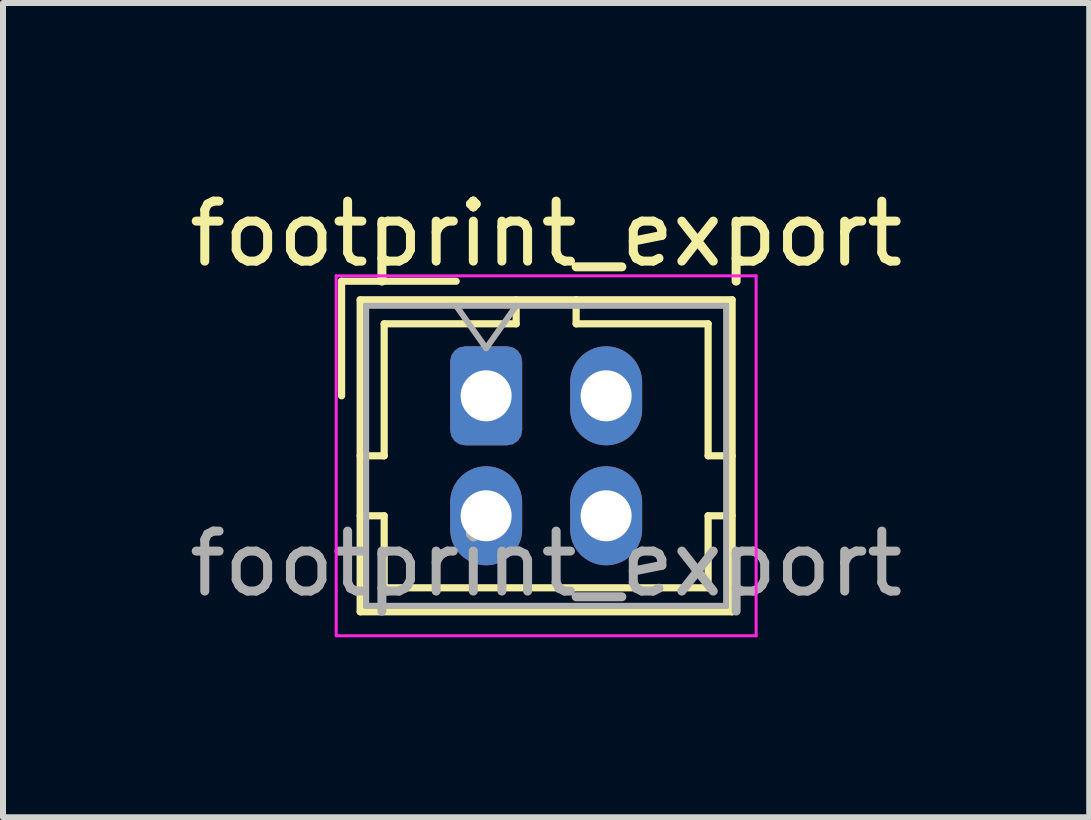
<source format=kicad_pcb>
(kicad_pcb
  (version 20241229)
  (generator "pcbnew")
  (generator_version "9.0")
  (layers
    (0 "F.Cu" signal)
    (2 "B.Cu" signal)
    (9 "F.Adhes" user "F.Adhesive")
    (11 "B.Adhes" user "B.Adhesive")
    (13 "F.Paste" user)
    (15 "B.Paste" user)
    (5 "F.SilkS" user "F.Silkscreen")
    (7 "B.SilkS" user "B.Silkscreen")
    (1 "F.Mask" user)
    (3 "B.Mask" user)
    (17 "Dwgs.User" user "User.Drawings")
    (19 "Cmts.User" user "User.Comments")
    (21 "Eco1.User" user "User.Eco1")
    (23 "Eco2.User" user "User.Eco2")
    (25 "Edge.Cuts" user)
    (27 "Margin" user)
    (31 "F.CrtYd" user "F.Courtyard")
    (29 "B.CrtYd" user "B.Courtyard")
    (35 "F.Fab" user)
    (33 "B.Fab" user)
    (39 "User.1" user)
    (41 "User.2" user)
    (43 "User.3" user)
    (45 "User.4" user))
  (footprint "footprint_export"
    (layer "F.Cu")
    (at 5.054 3.548)
    (property "Reference" "footprint_export" (at 1 -2.7 0) (layer "F.SilkS") (effects (font (size 1 1) (thickness 0.15))))
    (attr through_hole)
    (fp_line (start -2.41 -1.91) (end -0.5 -1.91) (stroke (width 0.12) (type solid)) (layer "F.SilkS"))
    (fp_line (start -2.41 0) (end -2.41 -1.91) (stroke (width 0.12) (type solid)) (layer "F.SilkS"))
    (fp_line (start -2.1 -1.6) (end -2.1 3.6) (stroke (width 0.12) (type solid)) (layer "F.SilkS"))
    (fp_line (start -2.1 1) (end -1.7 1) (stroke (width 0.12) (type solid)) (layer "F.SilkS"))
    (fp_line (start -2.1 2) (end -1.7 2) (stroke (width 0.12) (type solid)) (layer "F.SilkS"))
    (fp_line (start -2.1 3.6) (end 4.1 3.6) (stroke (width 0.12) (type solid)) (layer "F.SilkS"))
    (fp_line (start -1.7 -1.2) (end 0.5 -1.2) (stroke (width 0.12) (type solid)) (layer "F.SilkS"))
    (fp_line (start -1.7 1) (end -1.7 -1.2) (stroke (width 0.12) (type solid)) (layer "F.SilkS"))
    (fp_line (start -1.7 2) (end -1.7 3.2) (stroke (width 0.12) (type solid)) (layer "F.SilkS"))
    (fp_line (start -1.7 3.2) (end 3.7 3.2) (stroke (width 0.12) (type solid)) (layer "F.SilkS"))
    (fp_line (start 0.5 -1.2) (end 0.5 -1.6) (stroke (width 0.12) (type solid)) (layer "F.SilkS"))
    (fp_line (start 1.5 -1.2) (end 1.5 -1.6) (stroke (width 0.12) (type solid)) (layer "F.SilkS"))
    (fp_line (start 3.7 -1.2) (end 1.5 -1.2) (stroke (width 0.12) (type solid)) (layer "F.SilkS"))
    (fp_line (start 3.7 1) (end 3.7 -1.2) (stroke (width 0.12) (type solid)) (layer "F.SilkS"))
    (fp_line (start 3.7 2) (end 4.1 2) (stroke (width 0.12) (type solid)) (layer "F.SilkS"))
    (fp_line (start 3.7 3.2) (end 3.7 2) (stroke (width 0.12) (type solid)) (layer "F.SilkS"))
    (fp_line (start 4.1 -1.6) (end -2.1 -1.6) (stroke (width 0.12) (type solid)) (layer "F.SilkS"))
    (fp_line (start 4.1 1) (end 3.7 1) (stroke (width 0.12) (type solid)) (layer "F.SilkS"))
    (fp_line (start 4.1 3.6) (end 4.1 -1.6) (stroke (width 0.12) (type solid)) (layer "F.SilkS"))
    (fp_line (start -2.5 -2) (end -2.5 4) (stroke (width 0.05) (type solid)) (layer "F.CrtYd"))
    (fp_line (start -2.5 4) (end 4.5 4) (stroke (width 0.05) (type solid)) (layer "F.CrtYd"))
    (fp_line (start 4.5 -2) (end -2.5 -2) (stroke (width 0.05) (type solid)) (layer "F.CrtYd"))
    (fp_line (start 4.5 4) (end 4.5 -2) (stroke (width 0.05) (type solid)) (layer "F.CrtYd"))
    (fp_line (start -2 -1.5) (end -2 3.5) (stroke (width 0.1) (type solid)) (layer "F.Fab"))
    (fp_line (start -2 3.5) (end 4 3.5) (stroke (width 0.1) (type solid)) (layer "F.Fab"))
    (fp_line (start -0.5 -1.5) (end 0 -0.793) (stroke (width 0.1) (type solid)) (layer "F.Fab"))
    (fp_line (start 0 -0.793) (end 0.5 -1.5) (stroke (width 0.1) (type solid)) (layer "F.Fab"))
    (fp_line (start 4 -1.5) (end -2 -1.5) (stroke (width 0.1) (type solid)) (layer "F.Fab"))
    (fp_line (start 4 3.5) (end 4 -1.5) (stroke (width 0.1) (type solid)) (layer "F.Fab"))
    (fp_text user "${REFERENCE}" (at 1 2.8 0) (layer "F.Fab") (effects (font (size 1 1) (thickness 0.15))))
    (pad "1" thru_hole roundrect (at 0 0) (size 1.2 1.65) (drill 0.85) (layers "*.Cu" "*.Mask") (roundrect_rratio 0.208))
    (pad "2" thru_hole oval (at 0 2) (size 1.2 1.65) (drill 0.85) (layers "*.Cu" "*.Mask"))
    (pad "3" thru_hole oval (at 2 0) (size 1.2 1.65) (drill 0.85) (layers "*.Cu" "*.Mask"))
    (pad "4" thru_hole oval (at 2 2) (size 1.2 1.65) (drill 0.85) (layers "*.Cu" "*.Mask")))
  (gr_rect
    (start -3 -3)
    (end 15.107 10.573)
    (stroke (width 0.1) (type default))
    (fill no)
    (layer "Edge.Cuts")))
</source>
